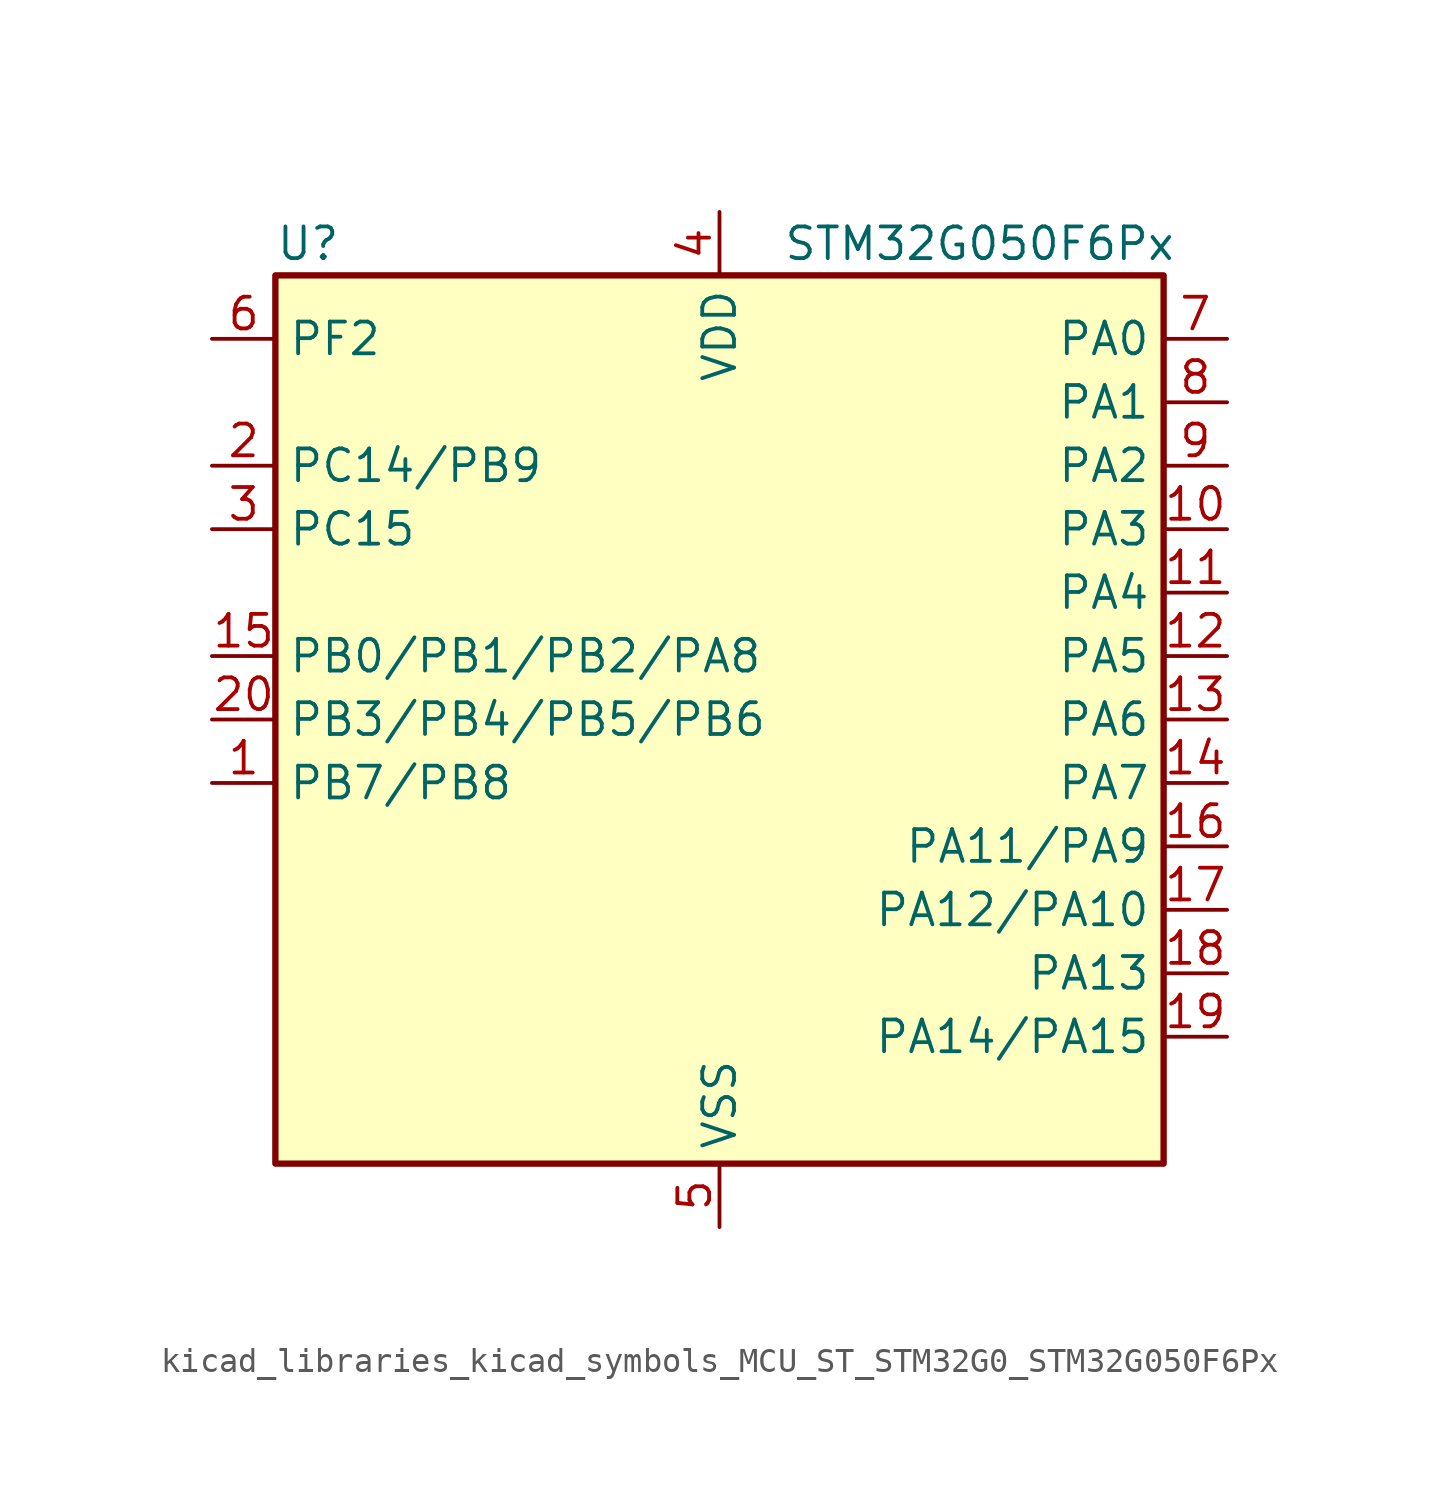
<source format=kicad_sym>
(kicad_symbol_lib
  (version 20220914)
  (generator kicad_symbol_editor)
  (symbol "kicad_libraries_kicad_symbols_MCU_ST_STM32G0_STM32G050F6Px"
    (property "Reference" "U"
      (at -17.78 19.05 0)
      (effects (font (size 1.27 1.27)) (justify left)))
    (property "Value" "STM32G050F6Px"
      (at 2.54 19.05 0)
      (effects (font (size 1.27 1.27)) (justify left)))
    (property "ki_locked" ""
      (at 0 0 0)
      (effects (font (size 1.27 1.27))))
    (symbol "kicad_libraries_kicad_symbols_MCU_ST_STM32G0_STM32G050F6Px_0_1"
      (rectangle (start -17.78 -17.78) (end 17.78 17.78) (stroke (width 0.254) (type default)) (fill (type background))))
    (symbol "kicad_libraries_kicad_symbols_MCU_ST_STM32G0_STM32G050F6Px_1_1"
      (pin bidirectional line (at -20.32 -2.54 0) (length 2.54) (name "PB7/PB8" (effects (font (size 1.27 1.27)))) (number "1" (effects (font (size 1.27 1.27)))) (alternate "ADC1_IN11" bidirectional line) (alternate "I2C1_SDA" bidirectional line) (alternate "SPI2_MOSI" bidirectional line) (alternate "SYS_PVD_IN" bidirectional line) (alternate "TIM17_CH1N" bidirectional line) (alternate "USART1_RX" bidirectional line))
      (pin bidirectional line (at 20.32 7.62 180) (length 2.54) (name "PA3" (effects (font (size 1.27 1.27)))) (number "10" (effects (font (size 1.27 1.27)))) (alternate "ADC1_IN3" bidirectional line) (alternate "SPI2_MISO" bidirectional line) (alternate "TIM15_CH2" bidirectional line) (alternate "USART2_RX" bidirectional line))
      (pin bidirectional line (at 20.32 5.08 180) (length 2.54) (name "PA4" (effects (font (size 1.27 1.27)))) (number "11" (effects (font (size 1.27 1.27)))) (alternate "ADC1_IN4" bidirectional line) (alternate "I2S1_WS" bidirectional line) (alternate "RTC_OUT1" bidirectional line) (alternate "RTC_TAMP_IN1" bidirectional line) (alternate "RTC_TS" bidirectional line) (alternate "SPI1_NSS" bidirectional line) (alternate "SPI2_MOSI" bidirectional line) (alternate "SYS_WKUP2" bidirectional line) (alternate "TIM14_CH1" bidirectional line))
      (pin bidirectional line (at 20.32 2.54 180) (length 2.54) (name "PA5" (effects (font (size 1.27 1.27)))) (number "12" (effects (font (size 1.27 1.27)))) (alternate "ADC1_IN5" bidirectional line) (alternate "I2S1_CK" bidirectional line) (alternate "SPI1_SCK" bidirectional line))
      (pin bidirectional line (at 20.32 0 180) (length 2.54) (name "PA6" (effects (font (size 1.27 1.27)))) (number "13" (effects (font (size 1.27 1.27)))) (alternate "ADC1_IN6" bidirectional line) (alternate "I2S1_MCK" bidirectional line) (alternate "SPI1_MISO" bidirectional line) (alternate "TIM16_CH1" bidirectional line) (alternate "TIM1_BK" bidirectional line) (alternate "TIM3_CH1" bidirectional line))
      (pin bidirectional line (at 20.32 -2.54 180) (length 2.54) (name "PA7" (effects (font (size 1.27 1.27)))) (number "14" (effects (font (size 1.27 1.27)))) (alternate "ADC1_IN7" bidirectional line) (alternate "I2S1_SD" bidirectional line) (alternate "SPI1_MOSI" bidirectional line) (alternate "TIM14_CH1" bidirectional line) (alternate "TIM17_CH1" bidirectional line) (alternate "TIM1_CH1N" bidirectional line) (alternate "TIM3_CH2" bidirectional line))
      (pin bidirectional line (at -20.32 2.54 0) (length 2.54) (name "PB0/PB1/PB2/PA8" (effects (font (size 1.27 1.27)))) (number "15" (effects (font (size 1.27 1.27)))) (alternate "ADC1_IN8" bidirectional line) (alternate "I2S1_WS" bidirectional line) (alternate "SPI1_NSS" bidirectional line) (alternate "TIM1_CH2N" bidirectional line) (alternate "TIM3_CH3" bidirectional line))
      (pin bidirectional line (at 20.32 -5.08 180) (length 2.54) (name "PA11/PA9" (effects (font (size 1.27 1.27)))) (number "16" (effects (font (size 1.27 1.27)))) (alternate "ADC1_EXTI11" bidirectional line) (alternate "ADC1_IN15" bidirectional line) (alternate "I2C2_SCL" bidirectional line) (alternate "I2S1_MCK" bidirectional line) (alternate "SPI1_MISO" bidirectional line) (alternate "TIM1_BK2" bidirectional line) (alternate "TIM1_CH4" bidirectional line) (alternate "USART1_CTS" bidirectional line) (alternate "USART1_NSS" bidirectional line))
      (pin bidirectional line (at 20.32 -7.62 180) (length 2.54) (name "PA12/PA10" (effects (font (size 1.27 1.27)))) (number "17" (effects (font (size 1.27 1.27)))) (alternate "ADC1_IN16" bidirectional line) (alternate "I2C2_SDA" bidirectional line) (alternate "I2S1_SD" bidirectional line) (alternate "I2S_CKIN" bidirectional line) (alternate "SPI1_MOSI" bidirectional line) (alternate "TIM1_ETR" bidirectional line) (alternate "USART1_CK" bidirectional line) (alternate "USART1_DE" bidirectional line) (alternate "USART1_RTS" bidirectional line))
      (pin bidirectional line (at 20.32 -10.16 180) (length 2.54) (name "PA13" (effects (font (size 1.27 1.27)))) (number "18" (effects (font (size 1.27 1.27)))) (alternate "ADC1_IN17" bidirectional line) (alternate "IR_OUT" bidirectional line) (alternate "SYS_SWDIO" bidirectional line))
      (pin bidirectional line (at 20.32 -12.7 180) (length 2.54) (name "PA14/PA15" (effects (font (size 1.27 1.27)))) (number "19" (effects (font (size 1.27 1.27)))) (alternate "ADC1_IN18" bidirectional line) (alternate "SYS_SWCLK" bidirectional line) (alternate "USART2_TX" bidirectional line))
      (pin bidirectional line (at -20.32 10.16 0) (length 2.54) (name "PC14/PB9" (effects (font (size 1.27 1.27)))) (number "2" (effects (font (size 1.27 1.27)))) (alternate "RCC_OSC32_IN" bidirectional line) (alternate "RCC_OSC_IN" bidirectional line) (alternate "TIM1_BK2" bidirectional line))
      (pin bidirectional line (at -20.32 0 0) (length 2.54) (name "PB3/PB4/PB5/PB6" (effects (font (size 1.27 1.27)))) (number "20" (effects (font (size 1.27 1.27)))) (alternate "I2S1_CK" bidirectional line) (alternate "SPI1_SCK" bidirectional line) (alternate "TIM1_CH2" bidirectional line) (alternate "USART1_CK" bidirectional line) (alternate "USART1_DE" bidirectional line) (alternate "USART1_RTS" bidirectional line))
      (pin bidirectional line (at -20.32 7.62 0) (length 2.54) (name "PC15" (effects (font (size 1.27 1.27)))) (number "3" (effects (font (size 1.27 1.27)))) (alternate "RCC_OSC32_EN" bidirectional line) (alternate "RCC_OSC32_OUT" bidirectional line) (alternate "RCC_OSC_EN" bidirectional line) (alternate "TIM15_BK" bidirectional line))
      (pin power_in line (at 0 20.32 270) (length 2.54) (name "VDD" (effects (font (size 1.27 1.27)))) (number "4" (effects (font (size 1.27 1.27)))))
      (pin power_in line (at 0 -20.32 90) (length 2.54) (name "VSS" (effects (font (size 1.27 1.27)))) (number "5" (effects (font (size 1.27 1.27)))))
      (pin bidirectional line (at -20.32 15.24 0) (length 2.54) (name "PF2" (effects (font (size 1.27 1.27)))) (number "6" (effects (font (size 1.27 1.27)))) (alternate "RCC_MCO" bidirectional line))
      (pin bidirectional line (at 20.32 15.24 180) (length 2.54) (name "PA0" (effects (font (size 1.27 1.27)))) (number "7" (effects (font (size 1.27 1.27)))) (alternate "ADC1_IN0" bidirectional line) (alternate "RTC_TAMP_IN2" bidirectional line) (alternate "SPI2_SCK" bidirectional line) (alternate "SYS_WKUP1" bidirectional line) (alternate "USART2_CTS" bidirectional line) (alternate "USART2_NSS" bidirectional line))
      (pin bidirectional line (at 20.32 12.7 180) (length 2.54) (name "PA1" (effects (font (size 1.27 1.27)))) (number "8" (effects (font (size 1.27 1.27)))) (alternate "ADC1_IN1" bidirectional line) (alternate "I2C1_SMBA" bidirectional line) (alternate "I2S1_CK" bidirectional line) (alternate "SPI1_SCK" bidirectional line) (alternate "TIM15_CH1N" bidirectional line) (alternate "USART2_CK" bidirectional line) (alternate "USART2_DE" bidirectional line) (alternate "USART2_RTS" bidirectional line))
      (pin bidirectional line (at 20.32 10.16 180) (length 2.54) (name "PA2" (effects (font (size 1.27 1.27)))) (number "9" (effects (font (size 1.27 1.27)))) (alternate "ADC1_IN2" bidirectional line) (alternate "I2S1_SD" bidirectional line) (alternate "RCC_LSCO" bidirectional line) (alternate "SPI1_MOSI" bidirectional line) (alternate "SYS_WKUP4" bidirectional line) (alternate "TIM15_CH1" bidirectional line) (alternate "USART2_TX" bidirectional line)))))
</source>
